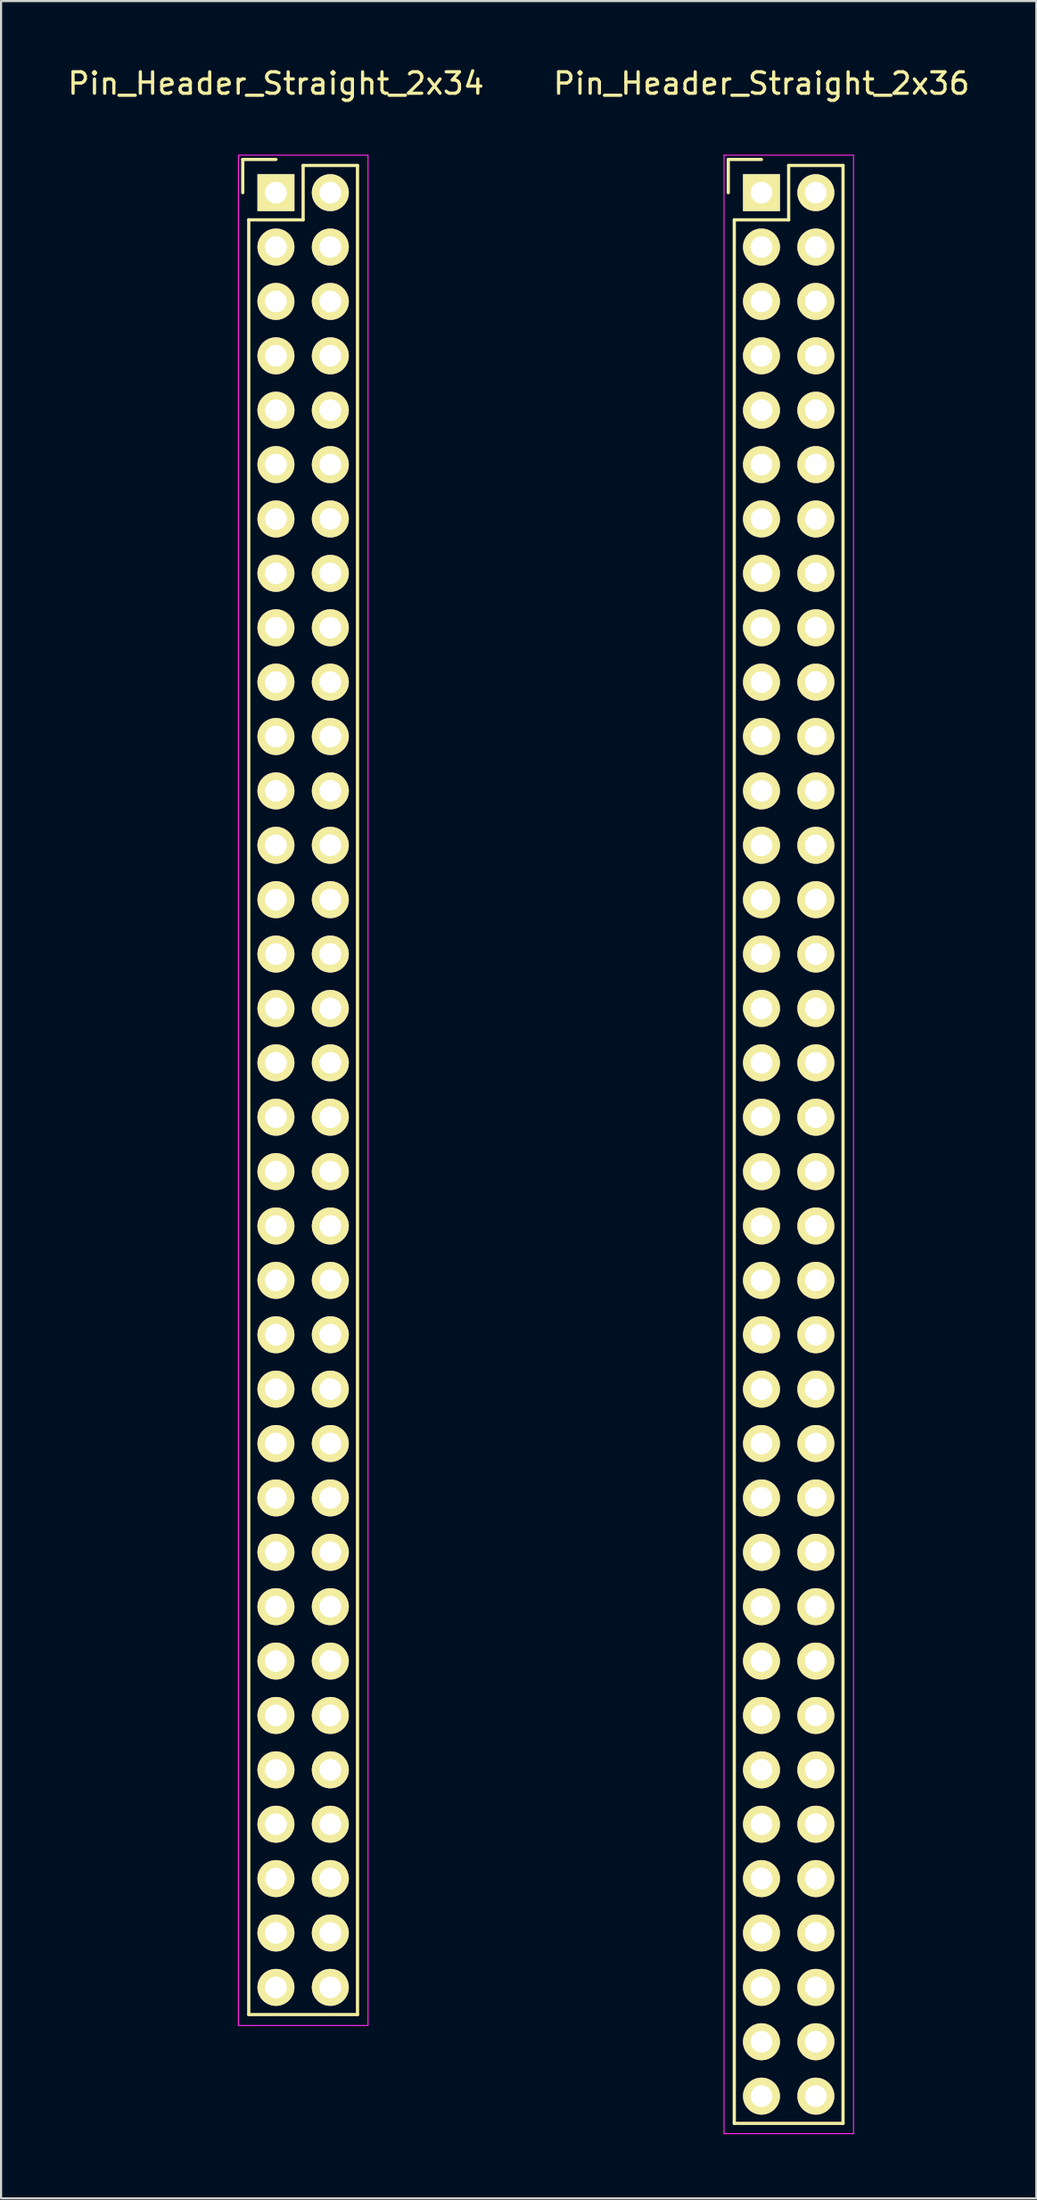
<source format=kicad_pcb>
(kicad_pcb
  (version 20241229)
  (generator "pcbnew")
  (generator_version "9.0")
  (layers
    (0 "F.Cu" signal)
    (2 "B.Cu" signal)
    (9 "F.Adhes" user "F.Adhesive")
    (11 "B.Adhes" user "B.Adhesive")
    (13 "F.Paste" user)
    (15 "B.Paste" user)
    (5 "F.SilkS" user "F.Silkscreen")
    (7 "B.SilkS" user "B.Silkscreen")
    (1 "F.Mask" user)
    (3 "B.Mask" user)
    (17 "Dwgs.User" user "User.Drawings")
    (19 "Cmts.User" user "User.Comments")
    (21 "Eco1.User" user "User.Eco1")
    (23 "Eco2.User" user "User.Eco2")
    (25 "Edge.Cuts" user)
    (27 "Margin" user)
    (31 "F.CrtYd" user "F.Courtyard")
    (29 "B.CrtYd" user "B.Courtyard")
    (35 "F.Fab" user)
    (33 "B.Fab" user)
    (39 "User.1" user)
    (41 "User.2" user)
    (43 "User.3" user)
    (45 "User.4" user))
  (footprint "Pin_Header_Straight_2x36"
    (layer "F.Cu")
    (at 32.518 5.948)
    (property "Reference" "Pin_Header_Straight_2x36" (at 0 -5.1 0) (layer "F.SilkS") (effects (font (size 1 1) (thickness 0.15))))
    (attr through_hole)
    (fp_line (start -1.55 -1.55) (end -1.55 0) (stroke (width 0.15) (type solid)) (layer "F.SilkS"))
    (fp_line (start -1.27 1.27) (end -1.27 90.17) (stroke (width 0.15) (type solid)) (layer "F.SilkS"))
    (fp_line (start 0 -1.55) (end -1.55 -1.55) (stroke (width 0.15) (type solid)) (layer "F.SilkS"))
    (fp_line (start 1.27 -1.27) (end 1.27 1.27) (stroke (width 0.15) (type solid)) (layer "F.SilkS"))
    (fp_line (start 1.27 1.27) (end -1.27 1.27) (stroke (width 0.15) (type solid)) (layer "F.SilkS"))
    (fp_line (start 3.81 -1.27) (end 1.27 -1.27) (stroke (width 0.15) (type solid)) (layer "F.SilkS"))
    (fp_line (start 3.81 90.17) (end -1.27 90.17) (stroke (width 0.15) (type solid)) (layer "F.SilkS"))
    (fp_line (start 3.81 90.17) (end 3.81 -1.27) (stroke (width 0.15) (type solid)) (layer "F.SilkS"))
    (fp_line (start -1.75 -1.75) (end -1.75 90.65) (stroke (width 0.05) (type solid)) (layer "F.CrtYd"))
    (fp_line (start -1.75 -1.75) (end 4.3 -1.75) (stroke (width 0.05) (type solid)) (layer "F.CrtYd"))
    (fp_line (start -1.75 90.65) (end 4.3 90.65) (stroke (width 0.05) (type solid)) (layer "F.CrtYd"))
    (fp_line (start 4.3 -1.75) (end 4.3 90.65) (stroke (width 0.05) (type solid)) (layer "F.CrtYd"))
    (pad "1" thru_hole rect (at 0 0) (size 1.727 1.727) (drill 1.016) (layers "*.Cu" "*.Mask" "F.SilkS"))
    (pad "2" thru_hole oval (at 2.54 0) (size 1.727 1.727) (drill 1.016) (layers "*.Cu" "*.Mask" "F.SilkS"))
    (pad "3" thru_hole oval (at 0 2.54) (size 1.727 1.727) (drill 1.016) (layers "*.Cu" "*.Mask" "F.SilkS"))
    (pad "4" thru_hole oval (at 2.54 2.54) (size 1.727 1.727) (drill 1.016) (layers "*.Cu" "*.Mask" "F.SilkS"))
    (pad "5" thru_hole oval (at 0 5.08) (size 1.727 1.727) (drill 1.016) (layers "*.Cu" "*.Mask" "F.SilkS"))
    (pad "6" thru_hole oval (at 2.54 5.08) (size 1.727 1.727) (drill 1.016) (layers "*.Cu" "*.Mask" "F.SilkS"))
    (pad "7" thru_hole oval (at 0 7.62) (size 1.727 1.727) (drill 1.016) (layers "*.Cu" "*.Mask" "F.SilkS"))
    (pad "8" thru_hole oval (at 2.54 7.62) (size 1.727 1.727) (drill 1.016) (layers "*.Cu" "*.Mask" "F.SilkS"))
    (pad "9" thru_hole oval (at 0 10.16) (size 1.727 1.727) (drill 1.016) (layers "*.Cu" "*.Mask" "F.SilkS"))
    (pad "10" thru_hole oval (at 2.54 10.16) (size 1.727 1.727) (drill 1.016) (layers "*.Cu" "*.Mask" "F.SilkS"))
    (pad "11" thru_hole oval (at 0 12.7) (size 1.727 1.727) (drill 1.016) (layers "*.Cu" "*.Mask" "F.SilkS"))
    (pad "12" thru_hole oval (at 2.54 12.7) (size 1.727 1.727) (drill 1.016) (layers "*.Cu" "*.Mask" "F.SilkS"))
    (pad "13" thru_hole oval (at 0 15.24) (size 1.727 1.727) (drill 1.016) (layers "*.Cu" "*.Mask" "F.SilkS"))
    (pad "14" thru_hole oval (at 2.54 15.24) (size 1.727 1.727) (drill 1.016) (layers "*.Cu" "*.Mask" "F.SilkS"))
    (pad "15" thru_hole oval (at 0 17.78) (size 1.727 1.727) (drill 1.016) (layers "*.Cu" "*.Mask" "F.SilkS"))
    (pad "16" thru_hole oval (at 2.54 17.78) (size 1.727 1.727) (drill 1.016) (layers "*.Cu" "*.Mask" "F.SilkS"))
    (pad "17" thru_hole oval (at 0 20.32) (size 1.727 1.727) (drill 1.016) (layers "*.Cu" "*.Mask" "F.SilkS"))
    (pad "18" thru_hole oval (at 2.54 20.32) (size 1.727 1.727) (drill 1.016) (layers "*.Cu" "*.Mask" "F.SilkS"))
    (pad "19" thru_hole oval (at 0 22.86) (size 1.727 1.727) (drill 1.016) (layers "*.Cu" "*.Mask" "F.SilkS"))
    (pad "20" thru_hole oval (at 2.54 22.86) (size 1.727 1.727) (drill 1.016) (layers "*.Cu" "*.Mask" "F.SilkS"))
    (pad "21" thru_hole oval (at 0 25.4) (size 1.727 1.727) (drill 1.016) (layers "*.Cu" "*.Mask" "F.SilkS"))
    (pad "22" thru_hole oval (at 2.54 25.4) (size 1.727 1.727) (drill 1.016) (layers "*.Cu" "*.Mask" "F.SilkS"))
    (pad "23" thru_hole oval (at 0 27.94) (size 1.727 1.727) (drill 1.016) (layers "*.Cu" "*.Mask" "F.SilkS"))
    (pad "24" thru_hole oval (at 2.54 27.94) (size 1.727 1.727) (drill 1.016) (layers "*.Cu" "*.Mask" "F.SilkS"))
    (pad "25" thru_hole oval (at 0 30.48) (size 1.727 1.727) (drill 1.016) (layers "*.Cu" "*.Mask" "F.SilkS"))
    (pad "26" thru_hole oval (at 2.54 30.48) (size 1.727 1.727) (drill 1.016) (layers "*.Cu" "*.Mask" "F.SilkS"))
    (pad "27" thru_hole oval (at 0 33.02) (size 1.727 1.727) (drill 1.016) (layers "*.Cu" "*.Mask" "F.SilkS"))
    (pad "28" thru_hole oval (at 2.54 33.02) (size 1.727 1.727) (drill 1.016) (layers "*.Cu" "*.Mask" "F.SilkS"))
    (pad "29" thru_hole oval (at 0 35.56) (size 1.727 1.727) (drill 1.016) (layers "*.Cu" "*.Mask" "F.SilkS"))
    (pad "30" thru_hole oval (at 2.54 35.56) (size 1.727 1.727) (drill 1.016) (layers "*.Cu" "*.Mask" "F.SilkS"))
    (pad "31" thru_hole oval (at 0 38.1) (size 1.727 1.727) (drill 1.016) (layers "*.Cu" "*.Mask" "F.SilkS"))
    (pad "32" thru_hole oval (at 2.54 38.1) (size 1.727 1.727) (drill 1.016) (layers "*.Cu" "*.Mask" "F.SilkS"))
    (pad "33" thru_hole oval (at 0 40.64) (size 1.727 1.727) (drill 1.016) (layers "*.Cu" "*.Mask" "F.SilkS"))
    (pad "34" thru_hole oval (at 2.54 40.64) (size 1.727 1.727) (drill 1.016) (layers "*.Cu" "*.Mask" "F.SilkS"))
    (pad "35" thru_hole oval (at 0 43.18) (size 1.727 1.727) (drill 1.016) (layers "*.Cu" "*.Mask" "F.SilkS"))
    (pad "36" thru_hole oval (at 2.54 43.18) (size 1.727 1.727) (drill 1.016) (layers "*.Cu" "*.Mask" "F.SilkS"))
    (pad "37" thru_hole oval (at 0 45.72) (size 1.727 1.727) (drill 1.016) (layers "*.Cu" "*.Mask" "F.SilkS"))
    (pad "38" thru_hole oval (at 2.54 45.72) (size 1.727 1.727) (drill 1.016) (layers "*.Cu" "*.Mask" "F.SilkS"))
    (pad "39" thru_hole oval (at 0 48.26) (size 1.727 1.727) (drill 1.016) (layers "*.Cu" "*.Mask" "F.SilkS"))
    (pad "40" thru_hole oval (at 2.54 48.26) (size 1.727 1.727) (drill 1.016) (layers "*.Cu" "*.Mask" "F.SilkS"))
    (pad "41" thru_hole oval (at 0 50.8) (size 1.727 1.727) (drill 1.016) (layers "*.Cu" "*.Mask" "F.SilkS"))
    (pad "42" thru_hole oval (at 2.54 50.8) (size 1.727 1.727) (drill 1.016) (layers "*.Cu" "*.Mask" "F.SilkS"))
    (pad "43" thru_hole oval (at 0 53.34) (size 1.727 1.727) (drill 1.016) (layers "*.Cu" "*.Mask" "F.SilkS"))
    (pad "44" thru_hole oval (at 2.54 53.34) (size 1.727 1.727) (drill 1.016) (layers "*.Cu" "*.Mask" "F.SilkS"))
    (pad "45" thru_hole oval (at 0 55.88) (size 1.727 1.727) (drill 1.016) (layers "*.Cu" "*.Mask" "F.SilkS"))
    (pad "46" thru_hole oval (at 2.54 55.88) (size 1.727 1.727) (drill 1.016) (layers "*.Cu" "*.Mask" "F.SilkS"))
    (pad "47" thru_hole oval (at 0 58.42) (size 1.727 1.727) (drill 1.016) (layers "*.Cu" "*.Mask" "F.SilkS"))
    (pad "48" thru_hole oval (at 2.54 58.42) (size 1.727 1.727) (drill 1.016) (layers "*.Cu" "*.Mask" "F.SilkS"))
    (pad "49" thru_hole oval (at 0 60.96) (size 1.727 1.727) (drill 1.016) (layers "*.Cu" "*.Mask" "F.SilkS"))
    (pad "50" thru_hole oval (at 2.54 60.96) (size 1.727 1.727) (drill 1.016) (layers "*.Cu" "*.Mask" "F.SilkS"))
    (pad "51" thru_hole oval (at 0 63.5) (size 1.727 1.727) (drill 1.016) (layers "*.Cu" "*.Mask" "F.SilkS"))
    (pad "52" thru_hole oval (at 2.54 63.5) (size 1.727 1.727) (drill 1.016) (layers "*.Cu" "*.Mask" "F.SilkS"))
    (pad "53" thru_hole oval (at 0 66.04) (size 1.727 1.727) (drill 1.016) (layers "*.Cu" "*.Mask" "F.SilkS"))
    (pad "54" thru_hole oval (at 2.54 66.04) (size 1.727 1.727) (drill 1.016) (layers "*.Cu" "*.Mask" "F.SilkS"))
    (pad "55" thru_hole oval (at 0 68.58) (size 1.727 1.727) (drill 1.016) (layers "*.Cu" "*.Mask" "F.SilkS"))
    (pad "56" thru_hole oval (at 2.54 68.58) (size 1.727 1.727) (drill 1.016) (layers "*.Cu" "*.Mask" "F.SilkS"))
    (pad "57" thru_hole oval (at 0 71.12) (size 1.727 1.727) (drill 1.016) (layers "*.Cu" "*.Mask" "F.SilkS"))
    (pad "58" thru_hole oval (at 2.54 71.12) (size 1.727 1.727) (drill 1.016) (layers "*.Cu" "*.Mask" "F.SilkS"))
    (pad "59" thru_hole oval (at 0 73.66) (size 1.727 1.727) (drill 1.016) (layers "*.Cu" "*.Mask" "F.SilkS"))
    (pad "60" thru_hole oval (at 2.54 73.66) (size 1.727 1.727) (drill 1.016) (layers "*.Cu" "*.Mask" "F.SilkS"))
    (pad "61" thru_hole oval (at 0 76.2) (size 1.727 1.727) (drill 1.016) (layers "*.Cu" "*.Mask" "F.SilkS"))
    (pad "62" thru_hole oval (at 2.54 76.2) (size 1.727 1.727) (drill 1.016) (layers "*.Cu" "*.Mask" "F.SilkS"))
    (pad "63" thru_hole oval (at 0 78.74) (size 1.727 1.727) (drill 1.016) (layers "*.Cu" "*.Mask" "F.SilkS"))
    (pad "64" thru_hole oval (at 2.54 78.74) (size 1.727 1.727) (drill 1.016) (layers "*.Cu" "*.Mask" "F.SilkS"))
    (pad "65" thru_hole oval (at 0 81.28) (size 1.727 1.727) (drill 1.016) (layers "*.Cu" "*.Mask" "F.SilkS"))
    (pad "66" thru_hole oval (at 2.54 81.28) (size 1.727 1.727) (drill 1.016) (layers "*.Cu" "*.Mask" "F.SilkS"))
    (pad "67" thru_hole oval (at 0 83.82) (size 1.727 1.727) (drill 1.016) (layers "*.Cu" "*.Mask" "F.SilkS"))
    (pad "68" thru_hole oval (at 2.54 83.82) (size 1.727 1.727) (drill 1.016) (layers "*.Cu" "*.Mask" "F.SilkS"))
    (pad "69" thru_hole oval (at 0 86.36) (size 1.727 1.727) (drill 1.016) (layers "*.Cu" "*.Mask" "F.SilkS"))
    (pad "70" thru_hole oval (at 2.54 86.36) (size 1.727 1.727) (drill 1.016) (layers "*.Cu" "*.Mask" "F.SilkS"))
    (pad "71" thru_hole oval (at 0 88.9) (size 1.727 1.727) (drill 1.016) (layers "*.Cu" "*.Mask" "F.SilkS"))
    (pad "72" thru_hole oval (at 2.54 88.9) (size 1.727 1.727) (drill 1.016) (layers "*.Cu" "*.Mask" "F.SilkS")))
  (footprint "Pin_Header_Straight_2x34"
    (layer "F.Cu")
    (at 9.839 5.948)
    (property "Reference" "Pin_Header_Straight_2x34" (at 0 -5.1 0) (layer "F.SilkS") (effects (font (size 1 1) (thickness 0.15))))
    (attr through_hole)
    (fp_line (start -1.55 -1.55) (end -1.55 0) (stroke (width 0.15) (type solid)) (layer "F.SilkS"))
    (fp_line (start -1.27 1.27) (end -1.27 85.09) (stroke (width 0.15) (type solid)) (layer "F.SilkS"))
    (fp_line (start 0 -1.55) (end -1.55 -1.55) (stroke (width 0.15) (type solid)) (layer "F.SilkS"))
    (fp_line (start 1.27 -1.27) (end 1.27 1.27) (stroke (width 0.15) (type solid)) (layer "F.SilkS"))
    (fp_line (start 1.27 1.27) (end -1.27 1.27) (stroke (width 0.15) (type solid)) (layer "F.SilkS"))
    (fp_line (start 3.81 -1.27) (end 1.27 -1.27) (stroke (width 0.15) (type solid)) (layer "F.SilkS"))
    (fp_line (start 3.81 85.09) (end -1.27 85.09) (stroke (width 0.15) (type solid)) (layer "F.SilkS"))
    (fp_line (start 3.81 85.09) (end 3.81 -1.27) (stroke (width 0.15) (type solid)) (layer "F.SilkS"))
    (fp_line (start -1.75 -1.75) (end -1.75 85.6) (stroke (width 0.05) (type solid)) (layer "F.CrtYd"))
    (fp_line (start -1.75 -1.75) (end 4.3 -1.75) (stroke (width 0.05) (type solid)) (layer "F.CrtYd"))
    (fp_line (start -1.75 85.6) (end 4.3 85.6) (stroke (width 0.05) (type solid)) (layer "F.CrtYd"))
    (fp_line (start 4.3 -1.75) (end 4.3 85.6) (stroke (width 0.05) (type solid)) (layer "F.CrtYd"))
    (pad "1" thru_hole rect (at 0 0) (size 1.727 1.727) (drill 1.016) (layers "*.Cu" "*.Mask" "F.SilkS"))
    (pad "2" thru_hole oval (at 2.54 0) (size 1.727 1.727) (drill 1.016) (layers "*.Cu" "*.Mask" "F.SilkS"))
    (pad "3" thru_hole oval (at 0 2.54) (size 1.727 1.727) (drill 1.016) (layers "*.Cu" "*.Mask" "F.SilkS"))
    (pad "4" thru_hole oval (at 2.54 2.54) (size 1.727 1.727) (drill 1.016) (layers "*.Cu" "*.Mask" "F.SilkS"))
    (pad "5" thru_hole oval (at 0 5.08) (size 1.727 1.727) (drill 1.016) (layers "*.Cu" "*.Mask" "F.SilkS"))
    (pad "6" thru_hole oval (at 2.54 5.08) (size 1.727 1.727) (drill 1.016) (layers "*.Cu" "*.Mask" "F.SilkS"))
    (pad "7" thru_hole oval (at 0 7.62) (size 1.727 1.727) (drill 1.016) (layers "*.Cu" "*.Mask" "F.SilkS"))
    (pad "8" thru_hole oval (at 2.54 7.62) (size 1.727 1.727) (drill 1.016) (layers "*.Cu" "*.Mask" "F.SilkS"))
    (pad "9" thru_hole oval (at 0 10.16) (size 1.727 1.727) (drill 1.016) (layers "*.Cu" "*.Mask" "F.SilkS"))
    (pad "10" thru_hole oval (at 2.54 10.16) (size 1.727 1.727) (drill 1.016) (layers "*.Cu" "*.Mask" "F.SilkS"))
    (pad "11" thru_hole oval (at 0 12.7) (size 1.727 1.727) (drill 1.016) (layers "*.Cu" "*.Mask" "F.SilkS"))
    (pad "12" thru_hole oval (at 2.54 12.7) (size 1.727 1.727) (drill 1.016) (layers "*.Cu" "*.Mask" "F.SilkS"))
    (pad "13" thru_hole oval (at 0 15.24) (size 1.727 1.727) (drill 1.016) (layers "*.Cu" "*.Mask" "F.SilkS"))
    (pad "14" thru_hole oval (at 2.54 15.24) (size 1.727 1.727) (drill 1.016) (layers "*.Cu" "*.Mask" "F.SilkS"))
    (pad "15" thru_hole oval (at 0 17.78) (size 1.727 1.727) (drill 1.016) (layers "*.Cu" "*.Mask" "F.SilkS"))
    (pad "16" thru_hole oval (at 2.54 17.78) (size 1.727 1.727) (drill 1.016) (layers "*.Cu" "*.Mask" "F.SilkS"))
    (pad "17" thru_hole oval (at 0 20.32) (size 1.727 1.727) (drill 1.016) (layers "*.Cu" "*.Mask" "F.SilkS"))
    (pad "18" thru_hole oval (at 2.54 20.32) (size 1.727 1.727) (drill 1.016) (layers "*.Cu" "*.Mask" "F.SilkS"))
    (pad "19" thru_hole oval (at 0 22.86) (size 1.727 1.727) (drill 1.016) (layers "*.Cu" "*.Mask" "F.SilkS"))
    (pad "20" thru_hole oval (at 2.54 22.86) (size 1.727 1.727) (drill 1.016) (layers "*.Cu" "*.Mask" "F.SilkS"))
    (pad "21" thru_hole oval (at 0 25.4) (size 1.727 1.727) (drill 1.016) (layers "*.Cu" "*.Mask" "F.SilkS"))
    (pad "22" thru_hole oval (at 2.54 25.4) (size 1.727 1.727) (drill 1.016) (layers "*.Cu" "*.Mask" "F.SilkS"))
    (pad "23" thru_hole oval (at 0 27.94) (size 1.727 1.727) (drill 1.016) (layers "*.Cu" "*.Mask" "F.SilkS"))
    (pad "24" thru_hole oval (at 2.54 27.94) (size 1.727 1.727) (drill 1.016) (layers "*.Cu" "*.Mask" "F.SilkS"))
    (pad "25" thru_hole oval (at 0 30.48) (size 1.727 1.727) (drill 1.016) (layers "*.Cu" "*.Mask" "F.SilkS"))
    (pad "26" thru_hole oval (at 2.54 30.48) (size 1.727 1.727) (drill 1.016) (layers "*.Cu" "*.Mask" "F.SilkS"))
    (pad "27" thru_hole oval (at 0 33.02) (size 1.727 1.727) (drill 1.016) (layers "*.Cu" "*.Mask" "F.SilkS"))
    (pad "28" thru_hole oval (at 2.54 33.02) (size 1.727 1.727) (drill 1.016) (layers "*.Cu" "*.Mask" "F.SilkS"))
    (pad "29" thru_hole oval (at 0 35.56) (size 1.727 1.727) (drill 1.016) (layers "*.Cu" "*.Mask" "F.SilkS"))
    (pad "30" thru_hole oval (at 2.54 35.56) (size 1.727 1.727) (drill 1.016) (layers "*.Cu" "*.Mask" "F.SilkS"))
    (pad "31" thru_hole oval (at 0 38.1) (size 1.727 1.727) (drill 1.016) (layers "*.Cu" "*.Mask" "F.SilkS"))
    (pad "32" thru_hole oval (at 2.54 38.1) (size 1.727 1.727) (drill 1.016) (layers "*.Cu" "*.Mask" "F.SilkS"))
    (pad "33" thru_hole oval (at 0 40.64) (size 1.727 1.727) (drill 1.016) (layers "*.Cu" "*.Mask" "F.SilkS"))
    (pad "34" thru_hole oval (at 2.54 40.64) (size 1.727 1.727) (drill 1.016) (layers "*.Cu" "*.Mask" "F.SilkS"))
    (pad "35" thru_hole oval (at 0 43.18) (size 1.727 1.727) (drill 1.016) (layers "*.Cu" "*.Mask" "F.SilkS"))
    (pad "36" thru_hole oval (at 2.54 43.18) (size 1.727 1.727) (drill 1.016) (layers "*.Cu" "*.Mask" "F.SilkS"))
    (pad "37" thru_hole oval (at 0 45.72) (size 1.727 1.727) (drill 1.016) (layers "*.Cu" "*.Mask" "F.SilkS"))
    (pad "38" thru_hole oval (at 2.54 45.72) (size 1.727 1.727) (drill 1.016) (layers "*.Cu" "*.Mask" "F.SilkS"))
    (pad "39" thru_hole oval (at 0 48.26) (size 1.727 1.727) (drill 1.016) (layers "*.Cu" "*.Mask" "F.SilkS"))
    (pad "40" thru_hole oval (at 2.54 48.26) (size 1.727 1.727) (drill 1.016) (layers "*.Cu" "*.Mask" "F.SilkS"))
    (pad "41" thru_hole oval (at 0 50.8) (size 1.727 1.727) (drill 1.016) (layers "*.Cu" "*.Mask" "F.SilkS"))
    (pad "42" thru_hole oval (at 2.54 50.8) (size 1.727 1.727) (drill 1.016) (layers "*.Cu" "*.Mask" "F.SilkS"))
    (pad "43" thru_hole oval (at 0 53.34) (size 1.727 1.727) (drill 1.016) (layers "*.Cu" "*.Mask" "F.SilkS"))
    (pad "44" thru_hole oval (at 2.54 53.34) (size 1.727 1.727) (drill 1.016) (layers "*.Cu" "*.Mask" "F.SilkS"))
    (pad "45" thru_hole oval (at 0 55.88) (size 1.727 1.727) (drill 1.016) (layers "*.Cu" "*.Mask" "F.SilkS"))
    (pad "46" thru_hole oval (at 2.54 55.88) (size 1.727 1.727) (drill 1.016) (layers "*.Cu" "*.Mask" "F.SilkS"))
    (pad "47" thru_hole oval (at 0 58.42) (size 1.727 1.727) (drill 1.016) (layers "*.Cu" "*.Mask" "F.SilkS"))
    (pad "48" thru_hole oval (at 2.54 58.42) (size 1.727 1.727) (drill 1.016) (layers "*.Cu" "*.Mask" "F.SilkS"))
    (pad "49" thru_hole oval (at 0 60.96) (size 1.727 1.727) (drill 1.016) (layers "*.Cu" "*.Mask" "F.SilkS"))
    (pad "50" thru_hole oval (at 2.54 60.96) (size 1.727 1.727) (drill 1.016) (layers "*.Cu" "*.Mask" "F.SilkS"))
    (pad "51" thru_hole oval (at 0 63.5) (size 1.727 1.727) (drill 1.016) (layers "*.Cu" "*.Mask" "F.SilkS"))
    (pad "52" thru_hole oval (at 2.54 63.5) (size 1.727 1.727) (drill 1.016) (layers "*.Cu" "*.Mask" "F.SilkS"))
    (pad "53" thru_hole oval (at 0 66.04) (size 1.727 1.727) (drill 1.016) (layers "*.Cu" "*.Mask" "F.SilkS"))
    (pad "54" thru_hole oval (at 2.54 66.04) (size 1.727 1.727) (drill 1.016) (layers "*.Cu" "*.Mask" "F.SilkS"))
    (pad "55" thru_hole oval (at 0 68.58) (size 1.727 1.727) (drill 1.016) (layers "*.Cu" "*.Mask" "F.SilkS"))
    (pad "56" thru_hole oval (at 2.54 68.58) (size 1.727 1.727) (drill 1.016) (layers "*.Cu" "*.Mask" "F.SilkS"))
    (pad "57" thru_hole oval (at 0 71.12) (size 1.727 1.727) (drill 1.016) (layers "*.Cu" "*.Mask" "F.SilkS"))
    (pad "58" thru_hole oval (at 2.54 71.12) (size 1.727 1.727) (drill 1.016) (layers "*.Cu" "*.Mask" "F.SilkS"))
    (pad "59" thru_hole oval (at 0 73.66) (size 1.727 1.727) (drill 1.016) (layers "*.Cu" "*.Mask" "F.SilkS"))
    (pad "60" thru_hole oval (at 2.54 73.66) (size 1.727 1.727) (drill 1.016) (layers "*.Cu" "*.Mask" "F.SilkS"))
    (pad "61" thru_hole oval (at 0 76.2) (size 1.727 1.727) (drill 1.016) (layers "*.Cu" "*.Mask" "F.SilkS"))
    (pad "62" thru_hole oval (at 2.54 76.2) (size 1.727 1.727) (drill 1.016) (layers "*.Cu" "*.Mask" "F.SilkS"))
    (pad "63" thru_hole oval (at 0 78.74) (size 1.727 1.727) (drill 1.016) (layers "*.Cu" "*.Mask" "F.SilkS"))
    (pad "64" thru_hole oval (at 2.54 78.74) (size 1.727 1.727) (drill 1.016) (layers "*.Cu" "*.Mask" "F.SilkS"))
    (pad "65" thru_hole oval (at 0 81.28) (size 1.727 1.727) (drill 1.016) (layers "*.Cu" "*.Mask" "F.SilkS"))
    (pad "66" thru_hole oval (at 2.54 81.28) (size 1.727 1.727) (drill 1.016) (layers "*.Cu" "*.Mask" "F.SilkS"))
    (pad "67" thru_hole oval (at 0 83.82) (size 1.727 1.727) (drill 1.016) (layers "*.Cu" "*.Mask" "F.SilkS"))
    (pad "68" thru_hole oval (at 2.54 83.82) (size 1.727 1.727) (drill 1.016) (layers "*.Cu" "*.Mask" "F.SilkS")))
  (gr_rect
    (start -3 -3)
    (end 45.357 99.623)
    (stroke (width 0.1) (type default))
    (fill no)
    (layer "Edge.Cuts")))
</source>
